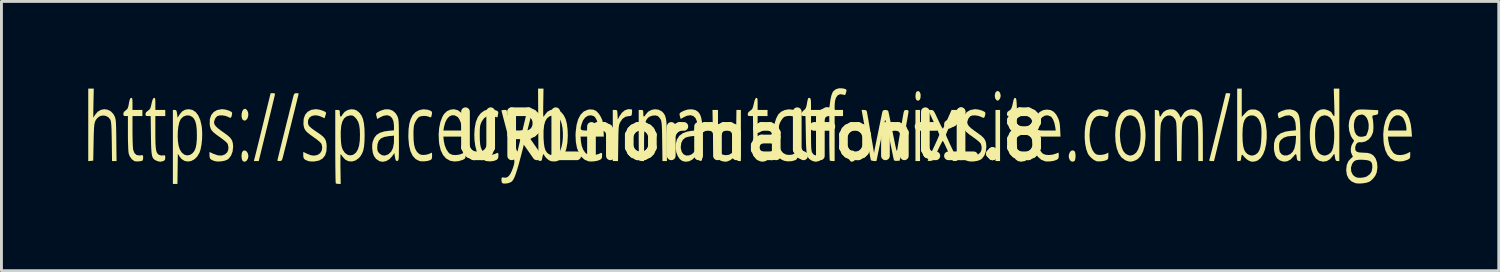
<source format=kicad_pcb>
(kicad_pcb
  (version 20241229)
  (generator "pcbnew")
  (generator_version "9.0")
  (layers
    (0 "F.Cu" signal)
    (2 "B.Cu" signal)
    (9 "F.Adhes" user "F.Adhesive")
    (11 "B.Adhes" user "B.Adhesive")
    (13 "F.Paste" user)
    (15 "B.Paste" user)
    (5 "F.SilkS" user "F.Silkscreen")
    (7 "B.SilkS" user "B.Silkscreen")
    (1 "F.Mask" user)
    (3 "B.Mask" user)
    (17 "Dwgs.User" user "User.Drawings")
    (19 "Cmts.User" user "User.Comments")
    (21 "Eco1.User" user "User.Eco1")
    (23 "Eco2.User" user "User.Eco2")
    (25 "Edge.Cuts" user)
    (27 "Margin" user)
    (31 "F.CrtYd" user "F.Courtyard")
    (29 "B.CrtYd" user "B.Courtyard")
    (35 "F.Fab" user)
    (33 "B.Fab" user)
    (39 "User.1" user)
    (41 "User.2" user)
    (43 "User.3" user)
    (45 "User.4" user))
  (footprint "URLnormalfont1.8"
    (layer "F.Cu")
    (at 22.871 1.646)
    (property "Reference" "URLnormalfont1.8" (at 0 0 0) (layer "F.SilkS") (effects (font (size 1.524 1.524) (thickness 0.3))))
    (attr board_only exclude_from_pos_files exclude_from_bom)
    (fp_poly (pts (xy 5.876 0.87) (xy 5.718 0.87) (xy 5.718 -0.896) (xy 5.876 -0.896)) (stroke (width 0) (type solid)) (fill yes) (layer "F.SilkS"))
    (fp_poly (pts (xy 8.642 0.87) (xy 8.484 0.87) (xy 8.484 -0.896) (xy 8.642 -0.896)) (stroke (width 0) (type solid)) (fill yes) (layer "F.SilkS"))
    (fp_poly (pts (xy 5.859 -1.524) (xy 5.89 -1.458) (xy 5.897 -1.415) (xy 5.893 -1.319) (xy 5.867 -1.251) (xy 5.825 -1.216) (xy 5.774 -1.224) (xy 5.749 -1.244) (xy 5.725 -1.297) (xy 5.718 -1.376) (xy 5.726 -1.458) (xy 5.749 -1.519) (xy 5.759 -1.53) (xy 5.813 -1.55)) (stroke (width 0) (type solid)) (fill yes) (layer "F.SilkS"))
    (fp_poly (pts (xy 8.586 -1.546) (xy 8.627 -1.509) (xy 8.654 -1.45) (xy 8.663 -1.379) (xy 8.647 -1.307) (xy 8.633 -1.28) (xy 8.588 -1.225) (xy 8.547 -1.218) (xy 8.499 -1.253) (xy 8.467 -1.317) (xy 8.46 -1.402) (xy 8.477 -1.484) (xy 8.493 -1.513) (xy 8.54 -1.55)) (stroke (width 0) (type solid)) (fill yes) (layer "F.SilkS"))
    (fp_poly (pts (xy -17.422 -0.925) (xy -17.392 -0.898) (xy -17.351 -0.829) (xy -17.338 -0.744) (xy -17.349 -0.657) (xy -17.381 -0.583) (xy -17.432 -0.536) (xy -17.47 -0.527) (xy -17.521 -0.548) (xy -17.549 -0.581) (xy -17.571 -0.658) (xy -17.571 -0.752) (xy -17.552 -0.84) (xy -17.517 -0.904) (xy -17.504 -0.915) (xy -17.458 -0.937)) (stroke (width 0) (type solid)) (fill yes) (layer "F.SilkS"))
    (fp_poly (pts (xy 3.574 0.516) (xy 3.625 0.565) (xy 3.656 0.642) (xy 3.662 0.698) (xy 3.647 0.788) (xy 3.606 0.854) (xy 3.551 0.89) (xy 3.491 0.888) (xy 3.457 0.864) (xy 3.439 0.821) (xy 3.427 0.746) (xy 3.425 0.698) (xy 3.431 0.615) (xy 3.446 0.551) (xy 3.457 0.532) (xy 3.515 0.503)) (stroke (width 0) (type solid)) (fill yes) (layer "F.SilkS"))
    (fp_poly (pts (xy 11.219 0.532) (xy 11.238 0.575) (xy 11.249 0.65) (xy 11.251 0.698) (xy 11.245 0.782) (xy 11.23 0.845) (xy 11.219 0.864) (xy 11.158 0.894) (xy 11.094 0.877) (xy 11.055 0.837) (xy 11.021 0.761) (xy 11.016 0.679) (xy 11.035 0.603) (xy 11.071 0.541) (xy 11.119 0.505) (xy 11.175 0.503)) (stroke (width 0) (type solid)) (fill yes) (layer "F.SilkS"))
    (fp_poly (pts (xy -17.398 0.538) (xy -17.358 0.6) (xy -17.338 0.682) (xy -17.337 0.698) (xy -17.352 0.784) (xy -17.39 0.849) (xy -17.441 0.888) (xy -17.494 0.892) (xy -17.54 0.856) (xy -17.547 0.845) (xy -17.566 0.784) (xy -17.574 0.704) (xy -17.574 0.698) (xy -17.567 0.619) (xy -17.549 0.555) (xy -17.547 0.552) (xy -17.503 0.507) (xy -17.45 0.505)) (stroke (width 0) (type solid)) (fill yes) (layer "F.SilkS"))
    (fp_poly (pts (xy -16.437 -1.47) (xy -16.414 -1.456) (xy -16.42 -1.427) (xy -16.437 -1.352) (xy -16.465 -1.236) (xy -16.501 -1.085) (xy -16.545 -0.904) (xy -16.595 -0.698) (xy -16.65 -0.471) (xy -16.696 -0.283) (xy -16.979 0.87) (xy -17.147 0.87) (xy -17.085 0.626) (xy -17.064 0.542) (xy -17.033 0.415) (xy -16.992 0.253) (xy -16.945 0.063) (xy -16.894 -0.146) (xy -16.839 -0.368) (xy -16.796 -0.547) (xy -16.568 -1.476) (xy -16.492 -1.476)) (stroke (width 0) (type solid)) (fill yes) (layer "F.SilkS"))
    (fp_poly (pts (xy 16.578 -1.47) (xy 16.6 -1.456) (xy 16.594 -1.427) (xy 16.577 -1.352) (xy 16.55 -1.236) (xy 16.513 -1.085) (xy 16.47 -0.904) (xy 16.419 -0.697) (xy 16.364 -0.471) (xy 16.318 -0.283) (xy 16.036 0.87) (xy 15.947 0.87) (xy 15.891 0.864) (xy 15.869 0.852) (xy 15.87 0.85) (xy 15.879 0.821) (xy 15.898 0.746) (xy 15.928 0.63) (xy 15.966 0.479) (xy 16.011 0.298) (xy 16.062 0.091) (xy 16.118 -0.135) (xy 16.164 -0.323) (xy 16.446 -1.476) (xy 16.523 -1.476)) (stroke (width 0) (type solid)) (fill yes) (layer "F.SilkS"))
    (fp_poly (pts (xy -4.125 -0.919) (xy -4.084 -0.912) (xy -4.081 -0.91) (xy -4.076 -0.879) (xy -4.077 -0.816) (xy -4.079 -0.792) (xy -4.089 -0.724) (xy -4.11 -0.693) (xy -4.157 -0.685) (xy -4.182 -0.685) (xy -4.305 -0.661) (xy -4.409 -0.588) (xy -4.486 -0.475) (xy -4.505 -0.433) (xy -4.52 -0.391) (xy -4.531 -0.339) (xy -4.539 -0.27) (xy -4.544 -0.177) (xy -4.548 -0.052) (xy -4.551 0.113) (xy -4.553 0.257) (xy -4.562 0.87) (xy -4.743 0.87) (xy -4.743 -0.896) (xy -4.665 -0.896) (xy -4.622 -0.894) (xy -4.598 -0.879) (xy -4.587 -0.839) (xy -4.581 -0.762) (xy -4.579 -0.731) (xy -4.571 -0.566) (xy -4.513 -0.675) (xy -4.426 -0.802) (xy -4.324 -0.885) (xy -4.215 -0.921) (xy -4.192 -0.922)) (stroke (width 0) (type solid)) (fill yes) (layer "F.SilkS"))
    (fp_poly (pts (xy -15.621 -1.472) (xy -15.598 -1.462) (xy -15.598 -1.462) (xy -15.604 -1.435) (xy -15.622 -1.363) (xy -15.649 -1.253) (xy -15.684 -1.11) (xy -15.725 -0.942) (xy -15.772 -0.755) (xy -15.822 -0.555) (xy -15.873 -0.348) (xy -15.925 -0.14) (xy -15.975 0.061) (xy -16.022 0.25) (xy -16.065 0.421) (xy -16.102 0.566) (xy -16.131 0.68) (xy -16.15 0.756) (xy -16.154 0.771) (xy -16.177 0.836) (xy -16.209 0.864) (xy -16.258 0.87) (xy -16.313 0.865) (xy -16.336 0.856) (xy -16.336 0.856) (xy -16.33 0.829) (xy -16.313 0.757) (xy -16.286 0.647) (xy -16.251 0.504) (xy -16.209 0.336) (xy -16.163 0.149) (xy -16.113 -0.051) (xy -16.061 -0.258) (xy -16.01 -0.466) (xy -15.959 -0.667) (xy -15.912 -0.856) (xy -15.869 -1.027) (xy -15.833 -1.172) (xy -15.804 -1.286) (xy -15.784 -1.362) (xy -15.78 -1.377) (xy -15.758 -1.442) (xy -15.726 -1.47) (xy -15.676 -1.476)) (stroke (width 0) (type solid)) (fill yes) (layer "F.SilkS"))
    (fp_poly (pts (xy 3.209 -1.641) (xy 3.237 -1.635) (xy 3.306 -1.612) (xy 3.335 -1.589) (xy 3.334 -1.553) (xy 3.332 -1.547) (xy 3.313 -1.479) (xy 3.303 -1.444) (xy 3.287 -1.416) (xy 3.249 -1.416) (xy 3.211 -1.428) (xy 3.114 -1.44) (xy 3.034 -1.405) (xy 2.974 -1.326) (xy 2.937 -1.205) (xy 2.925 -1.055) (xy 2.925 -0.896) (xy 3.215 -0.896) (xy 3.215 -0.685) (xy 2.925 -0.685) (xy 2.925 0.87) (xy 2.85 0.87) (xy 2.79 0.864) (xy 2.758 0.852) (xy 2.753 0.822) (xy 2.749 0.746) (xy 2.746 0.631) (xy 2.743 0.484) (xy 2.741 0.311) (xy 2.74 0.119) (xy 2.74 0.075) (xy 2.74 -0.685) (xy 2.648 -0.685) (xy 2.586 -0.69) (xy 2.56 -0.712) (xy 2.556 -0.751) (xy 2.571 -0.806) (xy 2.624 -0.849) (xy 2.647 -0.861) (xy 2.699 -0.891) (xy 2.729 -0.926) (xy 2.745 -0.985) (xy 2.753 -1.052) (xy 2.78 -1.255) (xy 2.816 -1.41) (xy 2.859 -1.516) (xy 2.875 -1.539) (xy 2.963 -1.611) (xy 3.079 -1.646)) (stroke (width 0) (type solid)) (fill yes) (layer "F.SilkS"))
    (fp_poly (pts (xy -1.106 -0.257) (xy -1.105 -0.073) (xy -1.102 0.098) (xy -1.098 0.248) (xy -1.092 0.368) (xy -1.085 0.449) (xy -1.08 0.477) (xy -1.031 0.583) (xy -0.953 0.646) (xy -0.847 0.668) (xy -0.725 0.653) (xy -0.631 0.597) (xy -0.557 0.496) (xy -0.547 0.477) (xy -0.528 0.435) (xy -0.513 0.393) (xy -0.502 0.342) (xy -0.494 0.275) (xy -0.489 0.184) (xy -0.484 0.062) (xy -0.481 -0.099) (xy -0.478 -0.27) (xy -0.469 -0.896) (xy -0.316 -0.896) (xy -0.316 0.87) (xy -0.382 0.87) (xy -0.428 0.862) (xy -0.446 0.828) (xy -0.448 0.784) (xy -0.456 0.697) (xy -0.476 0.655) (xy -0.507 0.662) (xy -0.538 0.707) (xy -0.597 0.778) (xy -0.685 0.841) (xy -0.781 0.883) (xy -0.849 0.893) (xy -0.918 0.884) (xy -0.992 0.867) (xy -1.086 0.816) (xy -1.17 0.726) (xy -1.231 0.611) (xy -1.24 0.585) (xy -1.25 0.529) (xy -1.259 0.426) (xy -1.268 0.284) (xy -1.275 0.108) (xy -1.282 -0.093) (xy -1.284 -0.204) (xy -1.297 -0.896) (xy -1.107 -0.896)) (stroke (width 0) (type solid)) (fill yes) (layer "F.SilkS"))
    (fp_poly (pts (xy 12.183 -0.914) (xy 12.306 -0.879) (xy 12.378 -0.842) (xy 12.4 -0.807) (xy 12.398 -0.798) (xy 12.385 -0.744) (xy 12.383 -0.729) (xy 12.371 -0.673) (xy 12.329 -0.652) (xy 12.253 -0.666) (xy 12.232 -0.673) (xy 12.097 -0.699) (xy 11.982 -0.677) (xy 11.889 -0.607) (xy 11.817 -0.488) (xy 11.766 -0.322) (xy 11.75 -0.232) (xy 11.734 -0.027) (xy 11.745 0.169) (xy 11.779 0.345) (xy 11.836 0.491) (xy 11.902 0.586) (xy 11.958 0.633) (xy 12.022 0.654) (xy 12.1 0.659) (xy 12.195 0.65) (xy 12.282 0.629) (xy 12.306 0.619) (xy 12.384 0.578) (xy 12.384 0.693) (xy 12.379 0.77) (xy 12.358 0.813) (xy 12.321 0.837) (xy 12.237 0.863) (xy 12.132 0.879) (xy 12.032 0.883) (xy 11.969 0.874) (xy 11.879 0.828) (xy 11.785 0.751) (xy 11.705 0.66) (xy 11.676 0.611) (xy 11.621 0.462) (xy 11.584 0.279) (xy 11.567 0.076) (xy 11.568 -0.134) (xy 11.588 -0.334) (xy 11.626 -0.512) (xy 11.673 -0.632) (xy 11.769 -0.771) (xy 11.89 -0.866) (xy 12.03 -0.914)) (stroke (width 0) (type solid)) (fill yes) (layer "F.SilkS"))
    (fp_poly (pts (xy -20.575 -1.311) (xy -20.561 -1.29) (xy -20.554 -1.24) (xy -20.552 -1.149) (xy -20.552 -1.109) (xy -20.552 -0.896) (xy -20.209 -0.896) (xy -20.209 -0.685) (xy -20.552 -0.685) (xy -20.552 -0.118) (xy -20.551 0.099) (xy -20.547 0.268) (xy -20.538 0.398) (xy -20.525 0.495) (xy -20.505 0.564) (xy -20.478 0.611) (xy -20.443 0.645) (xy -20.419 0.659) (xy -20.35 0.677) (xy -20.285 0.675) (xy -20.234 0.669) (xy -20.214 0.688) (xy -20.209 0.745) (xy -20.209 0.752) (xy -20.218 0.82) (xy -20.25 0.858) (xy -20.277 0.87) (xy -20.363 0.892) (xy -20.445 0.884) (xy -20.517 0.857) (xy -20.568 0.832) (xy -20.608 0.801) (xy -20.639 0.759) (xy -20.662 0.7) (xy -20.679 0.616) (xy -20.69 0.503) (xy -20.698 0.354) (xy -20.702 0.164) (xy -20.705 -0.02) (xy -20.713 -0.685) (xy -20.804 -0.685) (xy -20.865 -0.69) (xy -20.89 -0.713) (xy -20.894 -0.751) (xy -20.874 -0.815) (xy -20.809 -0.87) (xy -20.763 -0.903) (xy -20.731 -0.945) (xy -20.707 -1.01) (xy -20.684 -1.113) (xy -20.658 -1.22) (xy -20.632 -1.284) (xy -20.604 -1.311) (xy -20.598 -1.312)) (stroke (width 0) (type solid)) (fill yes) (layer "F.SilkS"))
    (fp_poly (pts (xy 0.24 -1.311) (xy 0.254 -1.29) (xy 0.261 -1.24) (xy 0.263 -1.149) (xy 0.263 -1.109) (xy 0.263 -0.896) (xy 0.606 -0.896) (xy 0.606 -0.685) (xy 0.263 -0.685) (xy 0.263 -0.104) (xy 0.264 0.097) (xy 0.266 0.251) (xy 0.271 0.367) (xy 0.278 0.451) (xy 0.287 0.509) (xy 0.3 0.548) (xy 0.303 0.554) (xy 0.371 0.64) (xy 0.459 0.678) (xy 0.53 0.675) (xy 0.581 0.669) (xy 0.602 0.688) (xy 0.606 0.745) (xy 0.606 0.752) (xy 0.598 0.82) (xy 0.566 0.858) (xy 0.538 0.87) (xy 0.452 0.892) (xy 0.371 0.884) (xy 0.298 0.857) (xy 0.247 0.832) (xy 0.207 0.801) (xy 0.176 0.759) (xy 0.153 0.7) (xy 0.136 0.616) (xy 0.125 0.503) (xy 0.118 0.354) (xy 0.113 0.164) (xy 0.11 -0.02) (xy 0.102 -0.685) (xy 0.012 -0.685) (xy -0.05 -0.69) (xy -0.075 -0.713) (xy -0.079 -0.751) (xy -0.058 -0.815) (xy 0.006 -0.87) (xy 0.053 -0.903) (xy 0.084 -0.945) (xy 0.108 -1.01) (xy 0.132 -1.113) (xy 0.158 -1.22) (xy 0.183 -1.284) (xy 0.211 -1.311) (xy 0.217 -1.312)) (stroke (width 0) (type solid)) (fill yes) (layer "F.SilkS"))
    (fp_poly (pts (xy 2.067 -1.308) (xy 2.089 -1.288) (xy 2.102 -1.24) (xy 2.107 -1.154) (xy 2.108 -1.094) (xy 2.108 -0.896) (xy 2.45 -0.896) (xy 2.45 -0.685) (xy 2.108 -0.685) (xy 2.108 -0.091) (xy 2.109 0.113) (xy 2.111 0.27) (xy 2.115 0.388) (xy 2.122 0.474) (xy 2.131 0.533) (xy 2.144 0.572) (xy 2.147 0.579) (xy 2.207 0.652) (xy 2.29 0.68) (xy 2.372 0.672) (xy 2.424 0.664) (xy 2.446 0.681) (xy 2.45 0.735) (xy 2.45 0.749) (xy 2.443 0.818) (xy 2.413 0.856) (xy 2.383 0.87) (xy 2.274 0.894) (xy 2.173 0.873) (xy 2.113 0.842) (xy 2.063 0.809) (xy 2.024 0.77) (xy 1.994 0.719) (xy 1.971 0.651) (xy 1.955 0.559) (xy 1.944 0.436) (xy 1.936 0.276) (xy 1.931 0.073) (xy 1.929 -0.046) (xy 1.918 -0.685) (xy 1.842 -0.685) (xy 1.782 -0.701) (xy 1.762 -0.742) (xy 1.78 -0.8) (xy 1.835 -0.863) (xy 1.852 -0.876) (xy 1.901 -0.921) (xy 1.933 -0.972) (xy 1.955 -1.048) (xy 1.968 -1.119) (xy 1.987 -1.223) (xy 2.004 -1.285) (xy 2.022 -1.312) (xy 2.047 -1.315)) (stroke (width 0) (type solid)) (fill yes) (layer "F.SilkS"))
    (fp_poly (pts (xy 9.165 -1.312) (xy 9.188 -1.298) (xy 9.203 -1.26) (xy 9.212 -1.187) (xy 9.217 -1.1) (xy 9.224 -0.896) (xy 9.568 -0.896) (xy 9.551 -0.698) (xy 9.387 -0.69) (xy 9.222 -0.683) (xy 9.222 -0.09) (xy 9.223 0.114) (xy 9.225 0.271) (xy 9.229 0.389) (xy 9.236 0.474) (xy 9.245 0.533) (xy 9.258 0.573) (xy 9.261 0.579) (xy 9.321 0.652) (xy 9.405 0.68) (xy 9.486 0.672) (xy 9.538 0.664) (xy 9.56 0.681) (xy 9.564 0.735) (xy 9.565 0.749) (xy 9.557 0.818) (xy 9.527 0.856) (xy 9.497 0.87) (xy 9.369 0.893) (xy 9.259 0.87) (xy 9.177 0.811) (xy 9.11 0.71) (xy 9.066 0.578) (xy 9.066 0.577) (xy 9.057 0.511) (xy 9.05 0.402) (xy 9.044 0.261) (xy 9.04 0.098) (xy 9.038 -0.077) (xy 9.038 -0.12) (xy 9.038 -0.685) (xy 8.959 -0.685) (xy 8.902 -0.692) (xy 8.882 -0.722) (xy 8.879 -0.76) (xy 8.896 -0.827) (xy 8.946 -0.865) (xy 8.994 -0.896) (xy 9.029 -0.945) (xy 9.059 -1.024) (xy 9.086 -1.142) (xy 9.091 -1.167) (xy 9.112 -1.256) (xy 9.133 -1.301) (xy 9.159 -1.313)) (stroke (width 0) (type solid)) (fill yes) (layer "F.SilkS"))
    (fp_poly (pts (xy -22.691 -1.133) (xy -22.694 -0.977) (xy -22.696 -0.841) (xy -22.697 -0.733) (xy -22.697 -0.661) (xy -22.696 -0.632) (xy -22.696 -0.632) (xy -22.681 -0.653) (xy -22.65 -0.703) (xy -22.637 -0.724) (xy -22.547 -0.833) (xy -22.437 -0.899) (xy -22.316 -0.922) (xy -22.196 -0.904) (xy -22.086 -0.845) (xy -21.996 -0.745) (xy -21.966 -0.691) (xy -21.949 -0.651) (xy -21.936 -0.609) (xy -21.925 -0.559) (xy -21.917 -0.494) (xy -21.912 -0.406) (xy -21.908 -0.29) (xy -21.904 -0.137) (xy -21.902 0.059) (xy -21.901 0.152) (xy -21.893 0.87) (xy -22.049 0.87) (xy -22.058 0.191) (xy -22.062 -0.023) (xy -22.066 -0.19) (xy -22.071 -0.318) (xy -22.077 -0.413) (xy -22.086 -0.481) (xy -22.096 -0.529) (xy -22.11 -0.564) (xy -22.112 -0.569) (xy -22.183 -0.65) (xy -22.278 -0.695) (xy -22.384 -0.704) (xy -22.484 -0.674) (xy -22.547 -0.625) (xy -22.585 -0.582) (xy -22.614 -0.54) (xy -22.636 -0.491) (xy -22.653 -0.429) (xy -22.665 -0.348) (xy -22.673 -0.238) (xy -22.679 -0.094) (xy -22.684 0.092) (xy -22.686 0.211) (xy -22.699 0.856) (xy -22.785 0.865) (xy -22.871 0.873) (xy -22.871 -1.634) (xy -22.68 -1.634)) (stroke (width 0) (type solid)) (fill yes) (layer "F.SilkS"))
    (fp_poly (pts (xy -21.365 -1.311) (xy -21.351 -1.289) (xy -21.345 -1.236) (xy -21.342 -1.143) (xy -21.342 -1.109) (xy -21.342 -0.896) (xy -21 -0.896) (xy -21 -0.685) (xy -21.342 -0.685) (xy -21.342 -0.152) (xy -21.34 0.018) (xy -21.337 0.177) (xy -21.332 0.314) (xy -21.325 0.419) (xy -21.318 0.483) (xy -21.317 0.487) (xy -21.273 0.596) (xy -21.202 0.66) (xy -21.106 0.677) (xy -21.073 0.674) (xy -21.008 0.666) (xy -20.98 0.678) (xy -20.974 0.722) (xy -20.973 0.749) (xy -20.979 0.814) (xy -20.994 0.852) (xy -20.996 0.854) (xy -21.052 0.872) (xy -21.135 0.882) (xy -21.219 0.882) (xy -21.276 0.872) (xy -21.365 0.808) (xy -21.437 0.707) (xy -21.471 0.619) (xy -21.481 0.558) (xy -21.488 0.452) (xy -21.494 0.309) (xy -21.499 0.136) (xy -21.5 -0.058) (xy -21.5 -0.086) (xy -21.5 -0.685) (xy -21.579 -0.685) (xy -21.636 -0.692) (xy -21.656 -0.722) (xy -21.659 -0.758) (xy -21.641 -0.825) (xy -21.581 -0.877) (xy -21.58 -0.878) (xy -21.515 -0.938) (xy -21.485 -1.022) (xy -21.462 -1.147) (xy -21.444 -1.23) (xy -21.428 -1.278) (xy -21.41 -1.303) (xy -21.388 -1.313) (xy -21.387 -1.313)) (stroke (width 0) (type solid)) (fill yes) (layer "F.SilkS"))
    (fp_poly (pts (xy 22.489 -0.908) (xy 22.608 -0.853) (xy 22.706 -0.751) (xy 22.781 -0.602) (xy 22.834 -0.408) (xy 22.862 -0.192) (xy 22.878 0.026) (xy 22.046 0.026) (xy 22.064 0.178) (xy 22.096 0.327) (xy 22.151 0.463) (xy 22.222 0.571) (xy 22.27 0.616) (xy 22.363 0.655) (xy 22.482 0.664) (xy 22.61 0.645) (xy 22.71 0.607) (xy 22.818 0.552) (xy 22.818 0.666) (xy 22.814 0.741) (xy 22.792 0.784) (xy 22.741 0.817) (xy 22.721 0.827) (xy 22.58 0.873) (xy 22.43 0.885) (xy 22.294 0.863) (xy 22.281 0.859) (xy 22.144 0.782) (xy 22.037 0.662) (xy 21.958 0.5) (xy 21.908 0.294) (xy 21.896 0.201) (xy 21.885 -0.059) (xy 21.897 -0.184) (xy 22.049 -0.184) (xy 22.686 -0.184) (xy 22.686 -0.259) (xy 22.674 -0.366) (xy 22.641 -0.479) (xy 22.596 -0.581) (xy 22.545 -0.651) (xy 22.537 -0.657) (xy 22.438 -0.709) (xy 22.341 -0.712) (xy 22.251 -0.669) (xy 22.173 -0.584) (xy 22.11 -0.46) (xy 22.069 -0.302) (xy 22.068 -0.296) (xy 22.049 -0.184) (xy 21.897 -0.184) (xy 21.907 -0.301) (xy 21.96 -0.515) (xy 22.008 -0.631) (xy 22.082 -0.76) (xy 22.159 -0.844) (xy 22.249 -0.893) (xy 22.349 -0.915)) (stroke (width 0) (type solid)) (fill yes) (layer "F.SilkS"))
    (fp_poly (pts (xy -10.103 -0.888) (xy -10.093 -0.884) (xy -9.984 -0.803) (xy -9.9 -0.684) (xy -9.838 -0.524) (xy -9.797 -0.319) (xy -9.784 -0.192) (xy -9.768 0.026) (xy -10.599 0.026) (xy -10.582 0.178) (xy -10.55 0.327) (xy -10.495 0.463) (xy -10.424 0.571) (xy -10.376 0.616) (xy -10.283 0.655) (xy -10.164 0.664) (xy -10.036 0.645) (xy -9.935 0.607) (xy -9.828 0.552) (xy -9.828 0.666) (xy -9.832 0.741) (xy -9.853 0.784) (xy -9.904 0.817) (xy -9.925 0.827) (xy -10.066 0.873) (xy -10.216 0.885) (xy -10.352 0.863) (xy -10.365 0.859) (xy -10.502 0.782) (xy -10.609 0.662) (xy -10.688 0.5) (xy -10.738 0.294) (xy -10.75 0.201) (xy -10.761 -0.044) (xy -10.75 -0.184) (xy -10.597 -0.184) (xy -9.96 -0.184) (xy -9.96 -0.259) (xy -9.972 -0.366) (xy -10.004 -0.479) (xy -10.05 -0.581) (xy -10.101 -0.651) (xy -10.109 -0.657) (xy -10.208 -0.709) (xy -10.305 -0.712) (xy -10.395 -0.669) (xy -10.473 -0.584) (xy -10.535 -0.46) (xy -10.577 -0.302) (xy -10.578 -0.296) (xy -10.597 -0.184) (xy -10.75 -0.184) (xy -10.743 -0.276) (xy -10.699 -0.486) (xy -10.63 -0.664) (xy -10.571 -0.76) (xy -10.474 -0.852) (xy -10.355 -0.907) (xy -10.226 -0.92)) (stroke (width 0) (type solid)) (fill yes) (layer "F.SilkS"))
    (fp_poly (pts (xy 13.353 -0.871) (xy 13.459 -0.783) (xy 13.546 -0.655) (xy 13.612 -0.49) (xy 13.654 -0.292) (xy 13.671 -0.064) (xy 13.668 0.087) (xy 13.64 0.334) (xy 13.585 0.535) (xy 13.505 0.691) (xy 13.398 0.802) (xy 13.324 0.845) (xy 13.209 0.885) (xy 13.11 0.889) (xy 13.003 0.856) (xy 12.962 0.837) (xy 12.838 0.745) (xy 12.742 0.608) (xy 12.673 0.428) (xy 12.633 0.205) (xy 12.622 -0.016) (xy 12.784 -0.016) (xy 12.799 0.182) (xy 12.803 0.207) (xy 12.842 0.386) (xy 12.898 0.519) (xy 12.971 0.608) (xy 13.021 0.641) (xy 13.102 0.675) (xy 13.165 0.68) (xy 13.237 0.657) (xy 13.268 0.643) (xy 13.349 0.577) (xy 13.415 0.467) (xy 13.464 0.321) (xy 13.493 0.147) (xy 13.5 -0.048) (xy 13.489 -0.222) (xy 13.453 -0.411) (xy 13.392 -0.555) (xy 13.308 -0.653) (xy 13.199 -0.703) (xy 13.125 -0.711) (xy 13.028 -0.687) (xy 12.944 -0.617) (xy 12.875 -0.508) (xy 12.824 -0.368) (xy 12.793 -0.201) (xy 12.784 -0.016) (xy 12.622 -0.016) (xy 12.621 -0.038) (xy 12.635 -0.279) (xy 12.676 -0.486) (xy 12.742 -0.655) (xy 12.832 -0.783) (xy 12.945 -0.867) (xy 12.945 -0.867) (xy 13.094 -0.916) (xy 13.23 -0.916)) (stroke (width 0) (type solid)) (fill yes) (layer "F.SilkS"))
    (fp_poly (pts (xy -11.144 -0.905) (xy -11.075 -0.883) (xy -11.014 -0.853) (xy -10.991 -0.82) (xy -10.993 -0.764) (xy -10.996 -0.748) (xy -11.011 -0.672) (xy -11.03 -0.641) (xy -11.063 -0.644) (xy -11.093 -0.659) (xy -11.178 -0.684) (xy -11.283 -0.69) (xy -11.384 -0.676) (xy -11.443 -0.652) (xy -11.491 -0.604) (xy -11.544 -0.528) (xy -11.568 -0.483) (xy -11.596 -0.418) (xy -11.614 -0.353) (xy -11.624 -0.274) (xy -11.63 -0.167) (xy -11.631 -0.053) (xy -11.626 0.152) (xy -11.608 0.312) (xy -11.574 0.436) (xy -11.524 0.532) (xy -11.482 0.582) (xy -11.42 0.633) (xy -11.352 0.655) (xy -11.282 0.659) (xy -11.188 0.65) (xy -11.104 0.628) (xy -11.083 0.619) (xy -11.028 0.592) (xy -10.998 0.58) (xy -10.998 0.58) (xy -10.991 0.603) (xy -10.988 0.662) (xy -10.987 0.694) (xy -10.993 0.771) (xy -11.014 0.814) (xy -11.05 0.837) (xy -11.153 0.868) (xy -11.276 0.881) (xy -11.39 0.876) (xy -11.429 0.867) (xy -11.555 0.802) (xy -11.657 0.692) (xy -11.733 0.537) (xy -11.783 0.337) (xy -11.806 0.095) (xy -11.808 -0.005) (xy -11.8 -0.235) (xy -11.774 -0.424) (xy -11.727 -0.582) (xy -11.659 -0.716) (xy -11.656 -0.72) (xy -11.559 -0.822) (xy -11.433 -0.89) (xy -11.291 -0.919)) (stroke (width 0) (type solid)) (fill yes) (layer "F.SilkS"))
    (fp_poly (pts (xy 1.483 -0.903) (xy 1.545 -0.883) (xy 1.606 -0.854) (xy 1.628 -0.821) (xy 1.625 -0.765) (xy 1.621 -0.744) (xy 1.606 -0.671) (xy 1.59 -0.64) (xy 1.563 -0.641) (xy 1.528 -0.659) (xy 1.442 -0.685) (xy 1.337 -0.69) (xy 1.236 -0.675) (xy 1.177 -0.651) (xy 1.128 -0.603) (xy 1.075 -0.527) (xy 1.05 -0.482) (xy 1.024 -0.424) (xy 1.007 -0.368) (xy 0.996 -0.301) (xy 0.991 -0.212) (xy 0.99 -0.087) (xy 0.99 -0.013) (xy 0.994 0.168) (xy 1.007 0.307) (xy 1.03 0.412) (xy 1.068 0.495) (xy 1.121 0.565) (xy 1.151 0.595) (xy 1.234 0.641) (xy 1.342 0.659) (xy 1.453 0.648) (xy 1.528 0.619) (xy 1.589 0.589) (xy 1.621 0.592) (xy 1.632 0.636) (xy 1.634 0.694) (xy 1.628 0.771) (xy 1.607 0.814) (xy 1.571 0.837) (xy 1.448 0.873) (xy 1.312 0.882) (xy 1.19 0.863) (xy 1.177 0.859) (xy 1.098 0.823) (xy 1.034 0.782) (xy 1.026 0.776) (xy 0.945 0.672) (xy 0.883 0.528) (xy 0.839 0.355) (xy 0.813 0.163) (xy 0.806 -0.039) (xy 0.819 -0.239) (xy 0.85 -0.429) (xy 0.902 -0.598) (xy 0.974 -0.736) (xy 0.978 -0.743) (xy 1.074 -0.834) (xy 1.199 -0.893) (xy 1.34 -0.918)) (stroke (width 0) (type solid)) (fill yes) (layer "F.SilkS"))
    (fp_poly (pts (xy -3.168 -0.907) (xy -3.057 -0.853) (xy -3.029 -0.829) (xy -2.985 -0.781) (xy -2.95 -0.728) (xy -2.923 -0.663) (xy -2.903 -0.579) (xy -2.889 -0.471) (xy -2.88 -0.332) (xy -2.874 -0.156) (xy -2.872 0.064) (xy -2.872 0.189) (xy -2.872 0.87) (xy -3.026 0.87) (xy -3.035 0.191) (xy -3.038 -0.021) (xy -3.041 -0.187) (xy -3.046 -0.313) (xy -3.052 -0.407) (xy -3.06 -0.475) (xy -3.07 -0.523) (xy -3.083 -0.559) (xy -3.09 -0.572) (xy -3.137 -0.638) (xy -3.188 -0.685) (xy -3.192 -0.687) (xy -3.275 -0.707) (xy -3.375 -0.698) (xy -3.471 -0.664) (xy -3.521 -0.629) (xy -3.563 -0.581) (xy -3.596 -0.522) (xy -3.622 -0.444) (xy -3.64 -0.342) (xy -3.652 -0.209) (xy -3.659 -0.039) (xy -3.662 0.175) (xy -3.662 0.281) (xy -3.662 0.87) (xy -3.737 0.87) (xy -3.797 0.864) (xy -3.829 0.852) (xy -3.834 0.822) (xy -3.837 0.746) (xy -3.841 0.63) (xy -3.844 0.48) (xy -3.846 0.303) (xy -3.847 0.105) (xy -3.847 -0.031) (xy -3.847 -0.896) (xy -3.768 -0.896) (xy -3.719 -0.892) (xy -3.696 -0.873) (xy -3.689 -0.822) (xy -3.689 -0.777) (xy -3.684 -0.695) (xy -3.668 -0.664) (xy -3.64 -0.683) (xy -3.605 -0.737) (xy -3.523 -0.833) (xy -3.414 -0.895) (xy -3.291 -0.92)) (stroke (width 0) (type solid)) (fill yes) (layer "F.SilkS"))
    (fp_poly (pts (xy -19.27 -0.897) (xy -19.16 -0.825) (xy -19.069 -0.708) (xy -19 -0.548) (xy -18.953 -0.35) (xy -18.943 -0.277) (xy -18.932 -0.087) (xy -18.937 0.111) (xy -18.957 0.303) (xy -18.99 0.471) (xy -19.027 0.583) (xy -19.106 0.716) (xy -19.205 0.812) (xy -19.317 0.869) (xy -19.434 0.887) (xy -19.548 0.863) (xy -19.651 0.795) (xy -19.715 0.715) (xy -19.775 0.619) (xy -19.789 1.66) (xy -19.946 1.66) (xy -19.946 0.017) (xy -19.78 0.017) (xy -19.771 0.188) (xy -19.748 0.34) (xy -19.711 0.461) (xy -19.711 0.461) (xy -19.639 0.577) (xy -19.55 0.649) (xy -19.452 0.676) (xy -19.35 0.656) (xy -19.268 0.6) (xy -19.206 0.525) (xy -19.162 0.426) (xy -19.134 0.297) (xy -19.119 0.13) (xy -19.116 -0.026) (xy -19.122 -0.231) (xy -19.141 -0.391) (xy -19.174 -0.513) (xy -19.225 -0.603) (xy -19.28 -0.658) (xy -19.377 -0.705) (xy -19.483 -0.706) (xy -19.585 -0.666) (xy -19.669 -0.587) (xy -19.682 -0.567) (xy -19.726 -0.463) (xy -19.757 -0.322) (xy -19.775 -0.157) (xy -19.78 0.017) (xy -19.946 0.017) (xy -19.946 -0.896) (xy -19.882 -0.896) (xy -19.844 -0.89) (xy -19.821 -0.863) (xy -19.807 -0.803) (xy -19.801 -0.761) (xy -19.782 -0.627) (xy -19.717 -0.735) (xy -19.628 -0.844) (xy -19.517 -0.905) (xy -19.398 -0.922)) (stroke (width 0) (type solid)) (fill yes) (layer "F.SilkS"))
    (fp_poly (pts (xy -8.783 -0.883) (xy -8.723 -0.854) (xy -8.7 -0.821) (xy -8.704 -0.765) (xy -8.708 -0.744) (xy -8.721 -0.68) (xy -8.73 -0.643) (xy -8.731 -0.64) (xy -8.757 -0.644) (xy -8.818 -0.659) (xy -8.874 -0.675) (xy -8.958 -0.697) (xy -9.015 -0.702) (xy -9.067 -0.687) (xy -9.11 -0.667) (xy -9.193 -0.608) (xy -9.26 -0.515) (xy -9.275 -0.487) (xy -9.303 -0.427) (xy -9.321 -0.369) (xy -9.333 -0.302) (xy -9.339 -0.212) (xy -9.34 -0.088) (xy -9.341 -0.026) (xy -9.337 0.154) (xy -9.326 0.292) (xy -9.304 0.398) (xy -9.269 0.482) (xy -9.219 0.554) (xy -9.197 0.579) (xy -9.14 0.629) (xy -9.082 0.653) (xy -8.996 0.658) (xy -8.994 0.658) (xy -8.903 0.649) (xy -8.823 0.629) (xy -8.8 0.619) (xy -8.738 0.588) (xy -8.706 0.592) (xy -8.696 0.639) (xy -8.695 0.684) (xy -8.704 0.765) (xy -8.737 0.814) (xy -8.754 0.827) (xy -8.852 0.866) (xy -8.975 0.882) (xy -9.097 0.873) (xy -9.152 0.858) (xy -9.235 0.819) (xy -9.306 0.771) (xy -9.315 0.764) (xy -9.39 0.662) (xy -9.451 0.519) (xy -9.495 0.346) (xy -9.522 0.153) (xy -9.529 -0.051) (xy -9.516 -0.256) (xy -9.481 -0.45) (xy -9.471 -0.489) (xy -9.404 -0.653) (xy -9.307 -0.781) (xy -9.187 -0.87) (xy -9.05 -0.917) (xy -8.902 -0.917)) (stroke (width 0) (type solid)) (fill yes) (layer "F.SilkS"))
    (fp_poly (pts (xy -5.417 -0.907) (xy -5.312 -0.857) (xy -5.22 -0.761) (xy -5.154 -0.652) (xy -5.116 -0.571) (xy -5.092 -0.494) (xy -5.077 -0.404) (xy -5.067 -0.284) (xy -5.065 -0.237) (xy -5.052 0.026) (xy -5.857 0.026) (xy -5.843 0.192) (xy -5.816 0.35) (xy -5.763 0.485) (xy -5.689 0.586) (xy -5.65 0.618) (xy -5.566 0.649) (xy -5.455 0.662) (xy -5.338 0.655) (xy -5.236 0.628) (xy -5.219 0.62) (xy -5.154 0.589) (xy -5.122 0.59) (xy -5.112 0.63) (xy -5.112 0.684) (xy -5.118 0.757) (xy -5.145 0.801) (xy -5.192 0.831) (xy -5.285 0.862) (xy -5.403 0.882) (xy -5.52 0.885) (xy -5.584 0.878) (xy -5.716 0.824) (xy -5.828 0.725) (xy -5.917 0.586) (xy -5.982 0.411) (xy -6.02 0.203) (xy -6.03 -0.032) (xy -6.025 -0.132) (xy -6.008 -0.267) (xy -5.853 -0.267) (xy -5.843 -0.222) (xy -5.804 -0.197) (xy -5.729 -0.187) (xy -5.611 -0.184) (xy -5.532 -0.184) (xy -5.214 -0.184) (xy -5.231 -0.31) (xy -5.259 -0.435) (xy -5.3 -0.548) (xy -5.349 -0.636) (xy -5.397 -0.683) (xy -5.502 -0.712) (xy -5.604 -0.695) (xy -5.697 -0.634) (xy -5.771 -0.535) (xy -5.809 -0.441) (xy -5.839 -0.338) (xy -5.853 -0.267) (xy -6.008 -0.267) (xy -5.995 -0.377) (xy -5.938 -0.577) (xy -5.857 -0.731) (xy -5.751 -0.839) (xy -5.62 -0.901) (xy -5.542 -0.915)) (stroke (width 0) (type solid)) (fill yes) (layer "F.SilkS"))
    (fp_poly (pts (xy 10.388 -0.892) (xy 10.492 -0.837) (xy 10.58 -0.739) (xy 10.634 -0.643) (xy 10.67 -0.559) (xy 10.694 -0.475) (xy 10.709 -0.374) (xy 10.718 -0.238) (xy 10.718 -0.235) (xy 10.731 0.026) (xy 9.926 0.026) (xy 9.939 0.192) (xy 9.965 0.342) (xy 10.015 0.475) (xy 10.081 0.577) (xy 10.131 0.621) (xy 10.214 0.652) (xy 10.325 0.662) (xy 10.446 0.651) (xy 10.553 0.621) (xy 10.617 0.595) (xy 10.657 0.581) (xy 10.661 0.58) (xy 10.667 0.603) (xy 10.671 0.661) (xy 10.671 0.684) (xy 10.665 0.757) (xy 10.638 0.801) (xy 10.591 0.831) (xy 10.498 0.862) (xy 10.38 0.882) (xy 10.262 0.885) (xy 10.199 0.878) (xy 10.064 0.824) (xy 9.951 0.725) (xy 9.862 0.584) (xy 9.799 0.406) (xy 9.762 0.195) (xy 9.754 -0.047) (xy 9.757 -0.105) (xy 9.774 -0.266) (xy 9.93 -0.266) (xy 9.939 -0.222) (xy 9.979 -0.197) (xy 10.054 -0.187) (xy 10.173 -0.184) (xy 10.25 -0.184) (xy 10.566 -0.184) (xy 10.551 -0.296) (xy 10.521 -0.441) (xy 10.477 -0.561) (xy 10.422 -0.645) (xy 10.394 -0.67) (xy 10.293 -0.709) (xy 10.193 -0.7) (xy 10.1 -0.647) (xy 10.023 -0.555) (xy 9.973 -0.441) (xy 9.943 -0.338) (xy 9.93 -0.266) (xy 9.774 -0.266) (xy 9.784 -0.352) (xy 9.835 -0.554) (xy 9.91 -0.712) (xy 10.009 -0.824) (xy 10.131 -0.89) (xy 10.258 -0.909)) (stroke (width 0) (type solid)) (fill yes) (layer "F.SilkS"))
    (fp_poly (pts (xy -18.134 -0.909) (xy -18.025 -0.879) (xy -18 -0.869) (xy -17.932 -0.835) (xy -17.902 -0.806) (xy -17.898 -0.766) (xy -17.905 -0.731) (xy -17.924 -0.656) (xy -17.947 -0.625) (xy -17.989 -0.632) (xy -18.043 -0.659) (xy -18.135 -0.693) (xy -18.241 -0.709) (xy -18.34 -0.706) (xy -18.413 -0.682) (xy -18.42 -0.678) (xy -18.485 -0.599) (xy -18.52 -0.498) (xy -18.523 -0.464) (xy -18.511 -0.404) (xy -18.47 -0.34) (xy -18.395 -0.267) (xy -18.282 -0.18) (xy -18.182 -0.11) (xy -18.051 -0.015) (xy -17.96 0.07) (xy -17.903 0.154) (xy -17.874 0.249) (xy -17.864 0.366) (xy -17.864 0.383) (xy -17.882 0.54) (xy -17.933 0.677) (xy -18.011 0.782) (xy -18.067 0.825) (xy -18.159 0.859) (xy -18.277 0.881) (xy -18.396 0.887) (xy -18.493 0.874) (xy -18.498 0.872) (xy -18.595 0.836) (xy -18.65 0.798) (xy -18.675 0.746) (xy -18.681 0.672) (xy -18.681 0.556) (xy -18.543 0.62) (xy -18.388 0.674) (xy -18.255 0.68) (xy -18.144 0.639) (xy -18.069 0.57) (xy -18.034 0.49) (xy -18.026 0.389) (xy -18.048 0.29) (xy -18.06 0.264) (xy -18.097 0.223) (xy -18.166 0.162) (xy -18.257 0.091) (xy -18.327 0.041) (xy -18.457 -0.052) (xy -18.548 -0.127) (xy -18.609 -0.195) (xy -18.645 -0.266) (xy -18.666 -0.348) (xy -18.674 -0.415) (xy -18.668 -0.581) (xy -18.621 -0.719) (xy -18.536 -0.824) (xy -18.417 -0.893) (xy -18.267 -0.921) (xy -18.241 -0.922)) (stroke (width 0) (type solid)) (fill yes) (layer "F.SilkS"))
    (fp_poly (pts (xy -14.92 -0.913) (xy -14.827 -0.891) (xy -14.742 -0.861) (xy -14.678 -0.829) (xy -14.65 -0.798) (xy -14.65 -0.796) (xy -14.658 -0.756) (xy -14.677 -0.693) (xy -14.678 -0.69) (xy -14.707 -0.607) (xy -14.809 -0.659) (xy -14.905 -0.694) (xy -15.009 -0.711) (xy -15.027 -0.711) (xy -15.142 -0.69) (xy -15.226 -0.631) (xy -15.273 -0.545) (xy -15.278 -0.439) (xy -15.254 -0.361) (xy -15.22 -0.321) (xy -15.153 -0.263) (xy -15.062 -0.195) (xy -14.989 -0.146) (xy -14.855 -0.055) (xy -14.759 0.022) (xy -14.696 0.095) (xy -14.658 0.173) (xy -14.638 0.266) (xy -14.631 0.352) (xy -14.639 0.531) (xy -14.685 0.674) (xy -14.769 0.781) (xy -14.891 0.851) (xy -15.05 0.884) (xy -15.051 0.884) (xy -15.144 0.886) (xy -15.227 0.879) (xy -15.257 0.872) (xy -15.354 0.836) (xy -15.409 0.798) (xy -15.434 0.746) (xy -15.44 0.672) (xy -15.44 0.556) (xy -15.302 0.62) (xy -15.18 0.668) (xy -15.077 0.683) (xy -14.976 0.667) (xy -14.943 0.656) (xy -14.859 0.601) (xy -14.804 0.514) (xy -14.784 0.41) (xy -14.802 0.302) (xy -14.819 0.264) (xy -14.856 0.223) (xy -14.925 0.162) (xy -15.016 0.091) (xy -15.087 0.041) (xy -15.218 -0.053) (xy -15.311 -0.13) (xy -15.372 -0.199) (xy -15.408 -0.271) (xy -15.427 -0.353) (xy -15.434 -0.428) (xy -15.424 -0.596) (xy -15.374 -0.732) (xy -15.287 -0.834) (xy -15.166 -0.899) (xy -15.014 -0.922) (xy -15.006 -0.922)) (stroke (width 0) (type solid)) (fill yes) (layer "F.SilkS"))
    (fp_poly (pts (xy 7.898 -0.909) (xy 8.007 -0.879) (xy 8.032 -0.869) (xy 8.1 -0.835) (xy 8.131 -0.806) (xy 8.134 -0.766) (xy 8.128 -0.731) (xy 8.108 -0.656) (xy 8.084 -0.625) (xy 8.041 -0.631) (xy 7.983 -0.659) (xy 7.886 -0.693) (xy 7.779 -0.709) (xy 7.681 -0.704) (xy 7.613 -0.678) (xy 7.612 -0.678) (xy 7.547 -0.599) (xy 7.512 -0.498) (xy 7.509 -0.464) (xy 7.522 -0.404) (xy 7.563 -0.34) (xy 7.637 -0.267) (xy 7.751 -0.18) (xy 7.85 -0.11) (xy 7.982 -0.015) (xy 8.073 0.07) (xy 8.129 0.154) (xy 8.159 0.249) (xy 8.168 0.366) (xy 8.168 0.383) (xy 8.15 0.54) (xy 8.1 0.677) (xy 8.022 0.782) (xy 7.965 0.825) (xy 7.873 0.859) (xy 7.756 0.881) (xy 7.636 0.887) (xy 7.539 0.874) (xy 7.534 0.872) (xy 7.438 0.836) (xy 7.382 0.798) (xy 7.357 0.746) (xy 7.351 0.672) (xy 7.351 0.556) (xy 7.49 0.62) (xy 7.644 0.674) (xy 7.777 0.68) (xy 7.888 0.639) (xy 7.963 0.57) (xy 7.999 0.49) (xy 8.006 0.389) (xy 7.984 0.29) (xy 7.972 0.264) (xy 7.936 0.223) (xy 7.866 0.162) (xy 7.775 0.091) (xy 7.705 0.041) (xy 7.575 -0.052) (xy 7.484 -0.128) (xy 7.423 -0.196) (xy 7.387 -0.266) (xy 7.367 -0.348) (xy 7.359 -0.413) (xy 7.364 -0.581) (xy 7.41 -0.719) (xy 7.494 -0.824) (xy 7.612 -0.893) (xy 7.763 -0.921) (xy 7.792 -0.922)) (stroke (width 0) (type solid)) (fill yes) (layer "F.SilkS"))
    (fp_poly (pts (xy 16.995 -0.654) (xy 17.107 -0.777) (xy 17.178 -0.849) (xy 17.237 -0.89) (xy 17.304 -0.91) (xy 17.34 -0.914) (xy 17.479 -0.907) (xy 17.598 -0.852) (xy 17.696 -0.75) (xy 17.773 -0.603) (xy 17.826 -0.411) (xy 17.855 -0.177) (xy 17.856 -0.169) (xy 17.859 0.069) (xy 17.838 0.286) (xy 17.795 0.478) (xy 17.732 0.639) (xy 17.65 0.764) (xy 17.552 0.847) (xy 17.467 0.879) (xy 17.387 0.892) (xy 17.33 0.89) (xy 17.269 0.869) (xy 17.243 0.858) (xy 17.176 0.816) (xy 17.104 0.751) (xy 17.082 0.726) (xy 17.033 0.669) (xy 17.008 0.649) (xy 16.994 0.663) (xy 16.986 0.69) (xy 16.972 0.766) (xy 16.969 0.81) (xy 16.956 0.856) (xy 16.908 0.869) (xy 16.903 0.87) (xy 16.837 0.87) (xy 16.837 -0.02) (xy 17.02 -0.02) (xy 17.026 0.186) (xy 17.044 0.347) (xy 17.076 0.469) (xy 17.123 0.559) (xy 17.189 0.624) (xy 17.234 0.652) (xy 17.323 0.681) (xy 17.409 0.671) (xy 17.473 0.644) (xy 17.546 0.588) (xy 17.601 0.504) (xy 17.639 0.385) (xy 17.664 0.225) (xy 17.675 0.036) (xy 17.678 -0.132) (xy 17.673 -0.259) (xy 17.659 -0.361) (xy 17.643 -0.43) (xy 17.585 -0.564) (xy 17.504 -0.656) (xy 17.404 -0.704) (xy 17.292 -0.705) (xy 17.22 -0.681) (xy 17.146 -0.629) (xy 17.09 -0.545) (xy 17.051 -0.427) (xy 17.028 -0.267) (xy 17.02 -0.062) (xy 17.02 -0.02) (xy 16.837 -0.02) (xy 16.837 -1.634) (xy 16.995 -1.634)) (stroke (width 0) (type solid)) (fill yes) (layer "F.SilkS"))
    (fp_poly (pts (xy -8.233 -0.146) (xy -8.18 0.068) (xy -8.138 0.236) (xy -8.105 0.362) (xy -8.08 0.45) (xy -8.062 0.506) (xy -8.048 0.532) (xy -8.038 0.535) (xy -8.03 0.518) (xy -8.027 0.506) (xy -7.999 0.384) (xy -7.964 0.236) (xy -7.925 0.072) (xy -7.885 -0.101) (xy -7.844 -0.272) (xy -7.806 -0.434) (xy -7.771 -0.576) (xy -7.744 -0.691) (xy -7.725 -0.77) (xy -7.718 -0.797) (xy -7.696 -0.862) (xy -7.664 -0.89) (xy -7.606 -0.896) (xy -7.603 -0.896) (xy -7.515 -0.896) (xy -7.786 0.181) (xy -7.862 0.485) (xy -7.929 0.741) (xy -7.986 0.954) (xy -8.036 1.128) (xy -8.08 1.268) (xy -8.118 1.377) (xy -8.154 1.46) (xy -8.187 1.52) (xy -8.219 1.563) (xy -8.253 1.591) (xy -8.255 1.593) (xy -8.342 1.631) (xy -8.446 1.649) (xy -8.538 1.644) (xy -8.544 1.643) (xy -8.576 1.616) (xy -8.589 1.552) (xy -8.59 1.528) (xy -8.587 1.462) (xy -8.571 1.436) (xy -8.527 1.437) (xy -8.499 1.441) (xy -8.431 1.444) (xy -8.377 1.42) (xy -8.33 1.378) (xy -8.28 1.308) (xy -8.23 1.205) (xy -8.185 1.087) (xy -8.153 0.973) (xy -8.142 0.883) (xy -8.148 0.844) (xy -8.167 0.76) (xy -8.196 0.638) (xy -8.235 0.485) (xy -8.28 0.308) (xy -8.332 0.112) (xy -8.366 -0.017) (xy -8.419 -0.219) (xy -8.468 -0.405) (xy -8.511 -0.568) (xy -8.546 -0.703) (xy -8.572 -0.803) (xy -8.587 -0.862) (xy -8.59 -0.876) (xy -8.567 -0.889) (xy -8.51 -0.896) (xy -8.503 -0.896) (xy -8.416 -0.896)) (stroke (width 0) (type solid)) (fill yes) (layer "F.SilkS"))
    (fp_poly (pts (xy 20.367 0.87) (xy 20.303 0.87) (xy 20.268 0.865) (xy 20.245 0.845) (xy 20.228 0.799) (xy 20.213 0.719) (xy 20.201 0.633) (xy 20.186 0.628) (xy 20.156 0.663) (xy 20.138 0.692) (xy 20.046 0.804) (xy 19.933 0.871) (xy 19.806 0.891) (xy 19.673 0.861) (xy 19.667 0.858) (xy 19.557 0.782) (xy 19.47 0.659) (xy 19.405 0.49) (xy 19.364 0.276) (xy 19.348 0.092) (xy 19.348 -0.062) (xy 19.527 -0.062) (xy 19.53 0.063) (xy 19.543 0.258) (xy 19.568 0.407) (xy 19.607 0.517) (xy 19.663 0.596) (xy 19.729 0.644) (xy 19.817 0.678) (xy 19.9 0.676) (xy 19.986 0.644) (xy 20.065 0.584) (xy 20.116 0.512) (xy 20.153 0.398) (xy 20.178 0.247) (xy 20.19 0.074) (xy 20.19 -0.106) (xy 20.177 -0.278) (xy 20.152 -0.429) (xy 20.115 -0.54) (xy 20.046 -0.635) (xy 19.954 -0.693) (xy 19.852 -0.711) (xy 19.75 -0.685) (xy 19.682 -0.636) (xy 19.613 -0.543) (xy 19.565 -0.42) (xy 19.537 -0.261) (xy 19.527 -0.062) (xy 19.348 -0.062) (xy 19.349 -0.161) (xy 19.375 -0.384) (xy 19.425 -0.573) (xy 19.498 -0.724) (xy 19.591 -0.835) (xy 19.704 -0.902) (xy 19.821 -0.922) (xy 19.893 -0.912) (xy 19.974 -0.885) (xy 20.046 -0.851) (xy 20.094 -0.815) (xy 20.105 -0.795) (xy 20.119 -0.764) (xy 20.155 -0.713) (xy 20.156 -0.712) (xy 20.173 -0.69) (xy 20.186 -0.682) (xy 20.194 -0.693) (xy 20.198 -0.731) (xy 20.199 -0.799) (xy 20.197 -0.906) (xy 20.193 -1.056) (xy 20.19 -1.14) (xy 20.175 -1.634) (xy 20.367 -1.634)) (stroke (width 0) (type solid)) (fill yes) (layer "F.SilkS"))
    (fp_poly (pts (xy -7.145 -1.146) (xy -7.147 -0.992) (xy -7.148 -0.859) (xy -7.147 -0.753) (xy -7.144 -0.684) (xy -7.14 -0.659) (xy -7.12 -0.679) (xy -7.087 -0.729) (xy -7.083 -0.737) (xy -7 -0.835) (xy -6.892 -0.896) (xy -6.771 -0.918) (xy -6.651 -0.9) (xy -6.543 -0.838) (xy -6.531 -0.827) (xy -6.439 -0.716) (xy -6.371 -0.579) (xy -6.327 -0.408) (xy -6.303 -0.199) (xy -6.297 -0.01) (xy -6.31 0.235) (xy -6.348 0.445) (xy -6.408 0.617) (xy -6.49 0.749) (xy -6.592 0.838) (xy -6.711 0.883) (xy -6.847 0.88) (xy -6.895 0.868) (xy -6.957 0.836) (xy -7.024 0.782) (xy -7.081 0.722) (xy -7.112 0.669) (xy -7.114 0.657) (xy -7.133 0.633) (xy -7.137 0.632) (xy -7.155 0.656) (xy -7.172 0.715) (xy -7.179 0.753) (xy -7.193 0.826) (xy -7.213 0.86) (xy -7.246 0.866) (xy -7.254 0.865) (xy -7.312 0.856) (xy -7.316 0.041) (xy -7.136 0.041) (xy -7.135 0.078) (xy -7.123 0.261) (xy -7.101 0.401) (xy -7.065 0.505) (xy -7.014 0.581) (xy -6.945 0.637) (xy -6.84 0.674) (xy -6.73 0.664) (xy -6.631 0.609) (xy -6.622 0.602) (xy -6.563 0.517) (xy -6.517 0.391) (xy -6.485 0.238) (xy -6.468 0.067) (xy -6.467 -0.109) (xy -6.481 -0.28) (xy -6.513 -0.433) (xy -6.551 -0.536) (xy -6.621 -0.632) (xy -6.715 -0.689) (xy -6.82 -0.705) (xy -6.924 -0.679) (xy -7.015 -0.609) (xy -7.018 -0.605) (xy -7.076 -0.506) (xy -7.115 -0.368) (xy -7.135 -0.187) (xy -7.136 0.041) (xy -7.316 0.041) (xy -7.325 -1.634) (xy -7.137 -1.634)) (stroke (width 0) (type solid)) (fill yes) (layer "F.SilkS"))
    (fp_poly (pts (xy -1.9 -0.895) (xy -1.872 -0.883) (xy -1.807 -0.841) (xy -1.755 -0.784) (xy -1.713 -0.708) (xy -1.682 -0.607) (xy -1.66 -0.476) (xy -1.646 -0.311) (xy -1.639 -0.105) (xy -1.638 0.145) (xy -1.639 0.29) (xy -1.642 0.476) (xy -1.645 0.617) (xy -1.648 0.718) (xy -1.654 0.786) (xy -1.661 0.828) (xy -1.672 0.851) (xy -1.687 0.861) (xy -1.704 0.864) (xy -1.738 0.863) (xy -1.76 0.838) (xy -1.776 0.779) (xy -1.784 0.733) (xy -1.807 0.593) (xy -1.88 0.703) (xy -1.978 0.809) (xy -2.094 0.874) (xy -2.219 0.894) (xy -2.334 0.87) (xy -2.42 0.809) (xy -2.491 0.709) (xy -2.544 0.582) (xy -2.572 0.44) (xy -2.571 0.381) (xy -2.393 0.381) (xy -2.391 0.432) (xy -2.359 0.554) (xy -2.296 0.637) (xy -2.209 0.679) (xy -2.104 0.674) (xy -2.008 0.632) (xy -1.914 0.544) (xy -1.852 0.416) (xy -1.822 0.25) (xy -1.819 0.174) (xy -1.818 -0.008) (xy -1.989 0.008) (xy -2.093 0.023) (xy -2.188 0.046) (xy -2.241 0.067) (xy -2.324 0.138) (xy -2.376 0.246) (xy -2.393 0.381) (xy -2.571 0.381) (xy -2.57 0.296) (xy -2.568 0.282) (xy -2.524 0.122) (xy -2.444 -0.001) (xy -2.324 -0.092) (xy -2.165 -0.15) (xy -2.009 -0.175) (xy -1.818 -0.192) (xy -1.818 -0.348) (xy -1.835 -0.501) (xy -1.883 -0.615) (xy -1.959 -0.687) (xy -2.059 -0.714) (xy -2.181 -0.695) (xy -2.285 -0.647) (xy -2.396 -0.584) (xy -2.423 -0.679) (xy -2.436 -0.736) (xy -2.432 -0.775) (xy -2.402 -0.807) (xy -2.338 -0.843) (xy -2.279 -0.871) (xy -2.153 -0.911) (xy -2.019 -0.919)) (stroke (width 0) (type solid)) (fill yes) (layer "F.SilkS"))
    (fp_poly (pts (xy 18.801 -0.885) (xy 18.861 -0.851) (xy 18.905 -0.813) (xy 18.94 -0.767) (xy 18.968 -0.706) (xy 18.988 -0.625) (xy 19.003 -0.519) (xy 19.013 -0.38) (xy 19.019 -0.205) (xy 19.022 0.015) (xy 19.022 0.167) (xy 19.024 0.873) (xy 18.964 0.865) (xy 18.922 0.847) (xy 18.902 0.798) (xy 18.897 0.764) (xy 18.887 0.674) (xy 18.87 0.633) (xy 18.843 0.64) (xy 18.798 0.692) (xy 18.784 0.71) (xy 18.68 0.819) (xy 18.563 0.879) (xy 18.438 0.889) (xy 18.313 0.85) (xy 18.219 0.779) (xy 18.154 0.674) (xy 18.117 0.53) (xy 18.107 0.446) (xy 18.109 0.355) (xy 18.286 0.355) (xy 18.291 0.449) (xy 18.305 0.531) (xy 18.315 0.563) (xy 18.376 0.639) (xy 18.463 0.677) (xy 18.566 0.674) (xy 18.669 0.632) (xy 18.757 0.55) (xy 18.818 0.429) (xy 18.853 0.265) (xy 18.86 0.191) (xy 18.872 0) (xy 18.757 0.001) (xy 18.582 0.016) (xy 18.448 0.062) (xy 18.358 0.131) (xy 18.313 0.191) (xy 18.292 0.256) (xy 18.286 0.348) (xy 18.286 0.355) (xy 18.109 0.355) (xy 18.111 0.26) (xy 18.15 0.11) (xy 18.229 -0.007) (xy 18.348 -0.092) (xy 18.51 -0.149) (xy 18.679 -0.175) (xy 18.866 -0.192) (xy 18.865 -0.3) (xy 18.849 -0.468) (xy 18.805 -0.593) (xy 18.734 -0.674) (xy 18.638 -0.71) (xy 18.517 -0.7) (xy 18.398 -0.656) (xy 18.33 -0.625) (xy 18.284 -0.61) (xy 18.274 -0.61) (xy 18.264 -0.639) (xy 18.249 -0.699) (xy 18.247 -0.705) (xy 18.24 -0.753) (xy 18.249 -0.786) (xy 18.284 -0.814) (xy 18.356 -0.85) (xy 18.378 -0.86) (xy 18.528 -0.908) (xy 18.673 -0.916)) (stroke (width 0) (type solid)) (fill yes) (layer "F.SilkS"))
    (fp_poly (pts (xy -12.477 -0.918) (xy -12.352 -0.873) (xy -12.25 -0.785) (xy -12.192 -0.691) (xy -12.175 -0.651) (xy -12.162 -0.61) (xy -12.152 -0.56) (xy -12.145 -0.495) (xy -12.14 -0.409) (xy -12.137 -0.293) (xy -12.136 -0.141) (xy -12.135 0.053) (xy -12.135 0.145) (xy -12.134 0.357) (xy -12.135 0.522) (xy -12.136 0.646) (xy -12.139 0.735) (xy -12.144 0.795) (xy -12.151 0.832) (xy -12.161 0.852) (xy -12.174 0.861) (xy -12.191 0.864) (xy -12.225 0.863) (xy -12.246 0.838) (xy -12.262 0.779) (xy -12.27 0.733) (xy -12.293 0.593) (xy -12.367 0.703) (xy -12.459 0.803) (xy -12.569 0.869) (xy -12.686 0.896) (xy -12.797 0.878) (xy -12.806 0.874) (xy -12.923 0.796) (xy -12.996 0.698) (xy -13.036 0.583) (xy -13.057 0.442) (xy -13.057 0.41) (xy -12.884 0.41) (xy -12.877 0.498) (xy -12.847 0.563) (xy -12.807 0.608) (xy -12.718 0.67) (xy -12.62 0.681) (xy -12.512 0.642) (xy -12.494 0.632) (xy -12.401 0.544) (xy -12.339 0.416) (xy -12.308 0.25) (xy -12.305 0.174) (xy -12.305 -0.008) (xy -12.475 0.008) (xy -12.637 0.036) (xy -12.755 0.088) (xy -12.832 0.169) (xy -12.874 0.282) (xy -12.884 0.41) (xy -13.057 0.41) (xy -13.057 0.301) (xy -13.042 0.21) (xy -12.988 0.071) (xy -12.907 -0.033) (xy -12.793 -0.106) (xy -12.64 -0.154) (xy -12.493 -0.174) (xy -12.305 -0.192) (xy -12.305 -0.348) (xy -12.322 -0.501) (xy -12.37 -0.615) (xy -12.446 -0.687) (xy -12.546 -0.714) (xy -12.667 -0.695) (xy -12.772 -0.647) (xy -12.883 -0.584) (xy -12.909 -0.679) (xy -12.923 -0.736) (xy -12.919 -0.775) (xy -12.889 -0.807) (xy -12.824 -0.843) (xy -12.766 -0.871) (xy -12.617 -0.918)) (stroke (width 0) (type solid)) (fill yes) (layer "F.SilkS"))
    (fp_poly (pts (xy -13.67 -0.91) (xy -13.591 -0.875) (xy -13.498 -0.799) (xy -13.428 -0.705) (xy -13.376 -0.584) (xy -13.343 -0.432) (xy -13.324 -0.241) (xy -13.319 -0.026) (xy -13.324 0.191) (xy -13.339 0.365) (xy -13.366 0.504) (xy -13.409 0.616) (xy -13.468 0.709) (xy -13.519 0.767) (xy -13.633 0.849) (xy -13.755 0.885) (xy -13.876 0.876) (xy -13.986 0.823) (xy -14.075 0.727) (xy -14.115 0.669) (xy -14.144 0.636) (xy -14.149 0.633) (xy -14.153 0.658) (xy -14.155 0.727) (xy -14.156 0.833) (xy -14.156 0.969) (xy -14.155 1.124) (xy -14.154 1.146) (xy -14.146 1.66) (xy -14.222 1.66) (xy -14.283 1.654) (xy -14.316 1.642) (xy -14.32 1.613) (xy -14.323 1.537) (xy -14.326 1.418) (xy -14.328 1.262) (xy -14.331 1.074) (xy -14.332 0.859) (xy -14.333 0.623) (xy -14.334 0.371) (xy -14.334 -0.148) (xy -14.145 -0.148) (xy -14.143 0.07) (xy -14.134 0.219) (xy -14.121 0.329) (xy -14.101 0.413) (xy -14.073 0.482) (xy -13.999 0.589) (xy -13.908 0.654) (xy -13.808 0.675) (xy -13.708 0.65) (xy -13.618 0.577) (xy -13.617 0.576) (xy -13.553 0.471) (xy -13.509 0.33) (xy -13.485 0.147) (xy -13.48 -0.04) (xy -13.487 -0.228) (xy -13.507 -0.375) (xy -13.543 -0.49) (xy -13.598 -0.581) (xy -13.638 -0.628) (xy -13.699 -0.683) (xy -13.749 -0.706) (xy -13.812 -0.707) (xy -13.84 -0.703) (xy -13.948 -0.67) (xy -14.031 -0.6) (xy -14.091 -0.492) (xy -14.129 -0.342) (xy -14.145 -0.148) (xy -14.334 -0.148) (xy -14.334 -0.896) (xy -14.255 -0.896) (xy -14.206 -0.892) (xy -14.183 -0.873) (xy -14.176 -0.822) (xy -14.176 -0.777) (xy -14.169 -0.695) (xy -14.149 -0.663) (xy -14.118 -0.682) (xy -14.083 -0.739) (xy -14.009 -0.831) (xy -13.905 -0.893) (xy -13.787 -0.921)) (stroke (width 0) (type solid)) (fill yes) (layer "F.SilkS"))
    (fp_poly (pts (xy 6.968 -0.485) (xy 6.903 -0.348) (xy 6.848 -0.227) (xy 6.805 -0.129) (xy 6.779 -0.063) (xy 6.772 -0.04) (xy 6.782 -0.005) (xy 6.813 0.068) (xy 6.859 0.171) (xy 6.916 0.297) (xy 6.969 0.409) (xy 7.034 0.546) (xy 7.089 0.666) (xy 7.132 0.761) (xy 7.159 0.825) (xy 7.167 0.846) (xy 7.144 0.862) (xy 7.087 0.869) (xy 7.079 0.87) (xy 7.044 0.868) (xy 7.016 0.859) (xy 6.989 0.835) (xy 6.96 0.788) (xy 6.922 0.712) (xy 6.87 0.599) (xy 6.837 0.525) (xy 6.781 0.402) (xy 6.731 0.296) (xy 6.692 0.218) (xy 6.669 0.175) (xy 6.665 0.171) (xy 6.648 0.189) (xy 6.615 0.248) (xy 6.568 0.338) (xy 6.512 0.453) (xy 6.486 0.508) (xy 6.423 0.643) (xy 6.377 0.739) (xy 6.342 0.801) (xy 6.314 0.837) (xy 6.286 0.855) (xy 6.253 0.862) (xy 6.232 0.865) (xy 6.171 0.867) (xy 6.14 0.862) (xy 6.139 0.86) (xy 6.15 0.834) (xy 6.179 0.767) (xy 6.224 0.669) (xy 6.281 0.546) (xy 6.341 0.418) (xy 6.406 0.278) (xy 6.462 0.154) (xy 6.506 0.055) (xy 6.534 -0.013) (xy 6.543 -0.04) (xy 6.532 -0.071) (xy 6.502 -0.142) (xy 6.457 -0.243) (xy 6.401 -0.367) (xy 6.354 -0.468) (xy 6.292 -0.601) (xy 6.238 -0.718) (xy 6.197 -0.809) (xy 6.172 -0.866) (xy 6.166 -0.883) (xy 6.189 -0.892) (xy 6.245 -0.896) (xy 6.254 -0.896) (xy 6.29 -0.894) (xy 6.319 -0.885) (xy 6.346 -0.86) (xy 6.377 -0.812) (xy 6.417 -0.734) (xy 6.472 -0.617) (xy 6.495 -0.567) (xy 6.552 -0.449) (xy 6.601 -0.351) (xy 6.64 -0.283) (xy 6.662 -0.251) (xy 6.666 -0.25) (xy 6.682 -0.277) (xy 6.716 -0.343) (xy 6.761 -0.438) (xy 6.814 -0.554) (xy 6.825 -0.578) (xy 6.966 -0.896) (xy 7.164 -0.896)) (stroke (width 0) (type solid)) (fill yes) (layer "F.SilkS"))
    (fp_poly (pts (xy 15.373 -0.907) (xy 15.469 -0.862) (xy 15.518 -0.825) (xy 15.557 -0.782) (xy 15.588 -0.727) (xy 15.611 -0.654) (xy 15.627 -0.557) (xy 15.638 -0.431) (xy 15.645 -0.269) (xy 15.649 -0.065) (xy 15.65 0.165) (xy 15.651 0.87) (xy 15.493 0.87) (xy 15.492 0.244) (xy 15.491 0.061) (xy 15.488 -0.11) (xy 15.484 -0.26) (xy 15.478 -0.381) (xy 15.471 -0.462) (xy 15.467 -0.487) (xy 15.42 -0.6) (xy 15.347 -0.674) (xy 15.257 -0.707) (xy 15.161 -0.699) (xy 15.069 -0.649) (xy 14.991 -0.555) (xy 14.984 -0.542) (xy 14.966 -0.505) (xy 14.952 -0.466) (xy 14.941 -0.418) (xy 14.934 -0.353) (xy 14.928 -0.264) (xy 14.924 -0.143) (xy 14.921 0.016) (xy 14.918 0.217) (xy 14.909 0.87) (xy 14.76 0.87) (xy 14.751 0.191) (xy 14.748 -0.018) (xy 14.745 -0.18) (xy 14.741 -0.304) (xy 14.735 -0.396) (xy 14.728 -0.462) (xy 14.718 -0.51) (xy 14.705 -0.546) (xy 14.689 -0.578) (xy 14.688 -0.58) (xy 14.614 -0.665) (xy 14.527 -0.705) (xy 14.434 -0.703) (xy 14.346 -0.661) (xy 14.269 -0.581) (xy 14.214 -0.467) (xy 14.205 -0.436) (xy 14.195 -0.37) (xy 14.187 -0.26) (xy 14.181 -0.112) (xy 14.177 0.064) (xy 14.176 0.262) (xy 14.176 0.275) (xy 14.176 0.87) (xy 13.991 0.87) (xy 13.991 -0.899) (xy 14.064 -0.891) (xy 14.11 -0.88) (xy 14.133 -0.85) (xy 14.143 -0.785) (xy 14.144 -0.771) (xy 14.155 -0.691) (xy 14.172 -0.663) (xy 14.198 -0.687) (xy 14.224 -0.737) (xy 14.29 -0.826) (xy 14.389 -0.888) (xy 14.505 -0.919) (xy 14.625 -0.914) (xy 14.682 -0.894) (xy 14.735 -0.855) (xy 14.792 -0.792) (xy 14.839 -0.724) (xy 14.86 -0.668) (xy 14.861 -0.664) (xy 14.871 -0.633) (xy 14.897 -0.645) (xy 14.933 -0.696) (xy 14.948 -0.725) (xy 15.023 -0.826) (xy 15.127 -0.893) (xy 15.248 -0.921)) (stroke (width 0) (type solid)) (fill yes) (layer "F.SilkS"))
    (fp_poly (pts (xy 4.004 -0.888) (xy 4.033 -0.856) (xy 4.042 -0.823) (xy 4.051 -0.777) (xy 4.067 -0.687) (xy 4.088 -0.565) (xy 4.114 -0.418) (xy 4.142 -0.256) (xy 4.171 -0.089) (xy 4.199 0.075) (xy 4.225 0.225) (xy 4.247 0.354) (xy 4.262 0.448) (xy 4.286 0.593) (xy 4.305 0.487) (xy 4.316 0.428) (xy 4.336 0.329) (xy 4.362 0.2) (xy 4.393 0.049) (xy 4.426 -0.115) (xy 4.46 -0.281) (xy 4.493 -0.442) (xy 4.523 -0.587) (xy 4.548 -0.707) (xy 4.567 -0.794) (xy 4.576 -0.837) (xy 4.599 -0.879) (xy 4.65 -0.895) (xy 4.677 -0.896) (xy 4.74 -0.886) (xy 4.776 -0.863) (xy 4.777 -0.861) (xy 4.785 -0.827) (xy 4.803 -0.748) (xy 4.827 -0.631) (xy 4.857 -0.484) (xy 4.892 -0.314) (xy 4.929 -0.127) (xy 4.931 -0.118) (xy 4.973 0.09) (xy 5.006 0.252) (xy 5.031 0.371) (xy 5.05 0.451) (xy 5.063 0.498) (xy 5.074 0.515) (xy 5.081 0.508) (xy 5.088 0.481) (xy 5.094 0.446) (xy 5.105 0.377) (xy 5.123 0.268) (xy 5.146 0.129) (xy 5.173 -0.029) (xy 5.202 -0.197) (xy 5.23 -0.364) (xy 5.258 -0.52) (xy 5.281 -0.655) (xy 5.3 -0.759) (xy 5.312 -0.821) (xy 5.312 -0.823) (xy 5.333 -0.877) (xy 5.379 -0.895) (xy 5.404 -0.896) (xy 5.462 -0.886) (xy 5.48 -0.853) (xy 5.48 -0.85) (xy 5.475 -0.813) (xy 5.462 -0.732) (xy 5.441 -0.611) (xy 5.414 -0.459) (xy 5.383 -0.281) (xy 5.347 -0.085) (xy 5.326 0.026) (xy 5.174 0.856) (xy 5.08 0.864) (xy 5.007 0.861) (xy 4.974 0.838) (xy 4.966 0.804) (xy 4.948 0.725) (xy 4.924 0.609) (xy 4.894 0.462) (xy 4.859 0.292) (xy 4.821 0.105) (xy 4.819 0.094) (xy 4.777 -0.114) (xy 4.744 -0.276) (xy 4.718 -0.395) (xy 4.699 -0.476) (xy 4.684 -0.524) (xy 4.673 -0.543) (xy 4.665 -0.539) (xy 4.657 -0.515) (xy 4.654 -0.499) (xy 4.642 -0.44) (xy 4.621 -0.338) (xy 4.593 -0.203) (xy 4.56 -0.043) (xy 4.523 0.132) (xy 4.502 0.232) (xy 4.466 0.405) (xy 4.434 0.56) (xy 4.408 0.69) (xy 4.388 0.787) (xy 4.376 0.845) (xy 4.374 0.858) (xy 4.352 0.87) (xy 4.3 0.871) (xy 4.24 0.863) (xy 4.192 0.849) (xy 4.177 0.837) (xy 4.17 0.803) (xy 4.154 0.725) (xy 4.132 0.607) (xy 4.104 0.457) (xy 4.071 0.28) (xy 4.035 0.084) (xy 4.011 -0.046) (xy 3.857 -0.896) (xy 3.942 -0.896)) (stroke (width 0) (type solid)) (fill yes) (layer "F.SilkS"))
    (fp_poly (pts (xy 21.244 -0.911) (xy 21.368 -0.905) (xy 21.711 -0.888) (xy 21.711 -0.813) (xy 21.705 -0.764) (xy 21.678 -0.738) (xy 21.615 -0.723) (xy 21.603 -0.721) (xy 21.536 -0.707) (xy 21.509 -0.688) (xy 21.509 -0.651) (xy 21.513 -0.635) (xy 21.533 -0.521) (xy 21.544 -0.388) (xy 21.545 -0.255) (xy 21.535 -0.145) (xy 21.528 -0.111) (xy 21.471 0.019) (xy 21.382 0.123) (xy 21.27 0.193) (xy 21.147 0.223) (xy 21.07 0.218) (xy 21.005 0.23) (xy 20.953 0.283) (xy 20.921 0.368) (xy 20.915 0.423) (xy 20.924 0.495) (xy 20.962 0.542) (xy 21.035 0.569) (xy 21.15 0.579) (xy 21.196 0.58) (xy 21.352 0.59) (xy 21.469 0.625) (xy 21.556 0.688) (xy 21.623 0.784) (xy 21.626 0.789) (xy 21.673 0.936) (xy 21.684 1.103) (xy 21.657 1.272) (xy 21.609 1.378) (xy 21.531 1.481) (xy 21.44 1.563) (xy 21.382 1.595) (xy 21.283 1.624) (xy 21.159 1.642) (xy 21.035 1.647) (xy 20.935 1.637) (xy 20.928 1.635) (xy 20.792 1.577) (xy 20.691 1.481) (xy 20.628 1.35) (xy 20.605 1.188) (xy 20.605 1.177) (xy 20.614 1.097) (xy 20.77 1.097) (xy 20.776 1.22) (xy 20.824 1.328) (xy 20.866 1.376) (xy 20.929 1.422) (xy 20.996 1.444) (xy 21.086 1.449) (xy 21.195 1.439) (xy 21.293 1.413) (xy 21.314 1.403) (xy 21.421 1.327) (xy 21.484 1.228) (xy 21.508 1.097) (xy 21.508 1.082) (xy 21.502 0.98) (xy 21.475 0.91) (xy 21.418 0.865) (xy 21.324 0.839) (xy 21.194 0.826) (xy 21.055 0.824) (xy 20.955 0.838) (xy 20.883 0.874) (xy 20.83 0.936) (xy 20.807 0.975) (xy 20.77 1.097) (xy 20.614 1.097) (xy 20.624 1.007) (xy 20.683 0.871) (xy 20.766 0.783) (xy 20.818 0.739) (xy 20.833 0.708) (xy 20.817 0.673) (xy 20.806 0.656) (xy 20.769 0.563) (xy 20.764 0.449) (xy 20.788 0.333) (xy 20.827 0.256) (xy 20.865 0.195) (xy 20.874 0.159) (xy 20.856 0.133) (xy 20.849 0.127) (xy 20.812 0.081) (xy 20.772 0.011) (xy 20.761 -0.013) (xy 20.708 -0.179) (xy 20.691 -0.35) (xy 20.696 -0.4) (xy 20.872 -0.4) (xy 20.873 -0.29) (xy 20.899 -0.144) (xy 20.953 -0.041) (xy 21.032 0.019) (xy 21.135 0.033) (xy 21.197 0.022) (xy 21.254 0.007) (xy 21.282 0.000007) (xy 21.282 0) (xy 21.301 -0.023) (xy 21.327 -0.079) (xy 21.353 -0.152) (xy 21.373 -0.225) (xy 21.377 -0.246) (xy 21.383 -0.385) (xy 21.361 -0.513) (xy 21.315 -0.621) (xy 21.25 -0.698) (xy 21.17 -0.736) (xy 21.144 -0.738) (xy 21.035 -0.715) (xy 20.951 -0.649) (xy 20.896 -0.543) (xy 20.872 -0.4) (xy 20.696 -0.4) (xy 20.708 -0.515) (xy 20.755 -0.664) (xy 20.831 -0.787) (xy 20.933 -0.875) (xy 20.947 -0.883) (xy 20.99 -0.899) (xy 21.047 -0.909) (xy 21.129 -0.913)) (stroke (width 0) (type solid)) (fill yes) (layer "F.SilkS")))
  (gr_rect
    (start -3 -3)
    (end 48.749 6.306)
    (stroke (width 0.1) (type default))
    (fill no)
    (layer "Edge.Cuts")))
</source>
